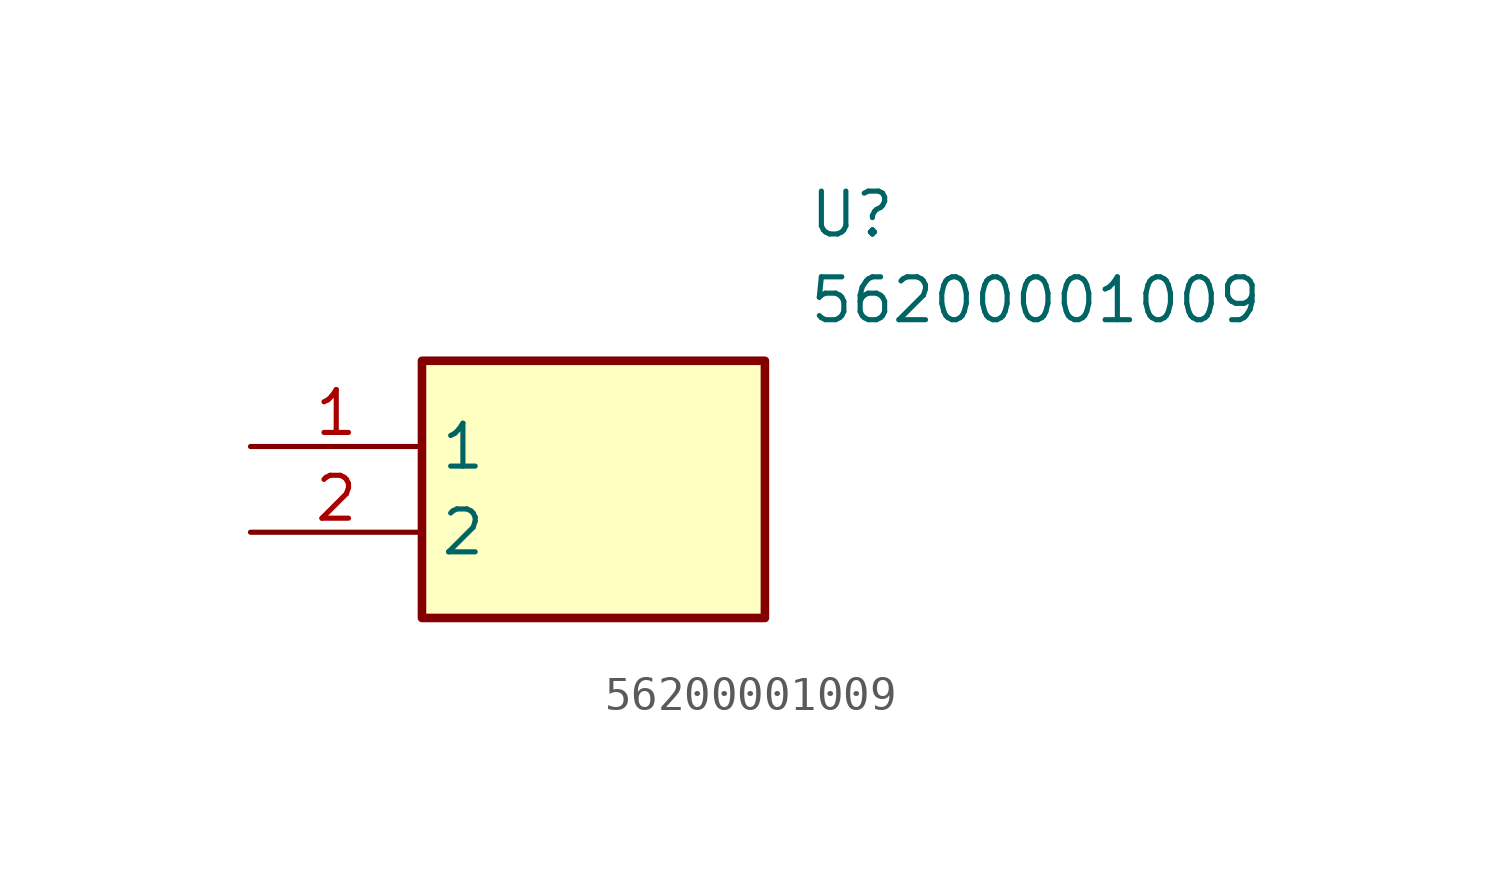
<source format=kicad_sym>
(kicad_symbol_lib
  (version 20211014)
  (generator SamacSys_ECAD_Model)
  (symbol "56200001009"
    (property "Reference" "U"
      (at 16.51 7.62 0)
      (effects (font (size 1.27 1.27)) (justify left top)))
    (property "Value" "56200001009"
      (at 16.51 5.08 0)
      (effects (font (size 1.27 1.27)) (justify left top)))
    (rectangle
      (start 5.08 2.54)
      (end 15.24 -5.08)
      (stroke (width 0.254) (type default))
      (fill (type background)))
    (pin passive line
      (at 0 0 0)
      (length 5.08)
      (name "1" (effects (font (size 1.27 1.27))))
      (number "1" (effects (font (size 1.27 1.27)))))
    (pin passive line
      (at 0 -2.54 0)
      (length 5.08)
      (name "2" (effects (font (size 1.27 1.27))))
      (number "2" (effects (font (size 1.27 1.27)))))))
</source>
